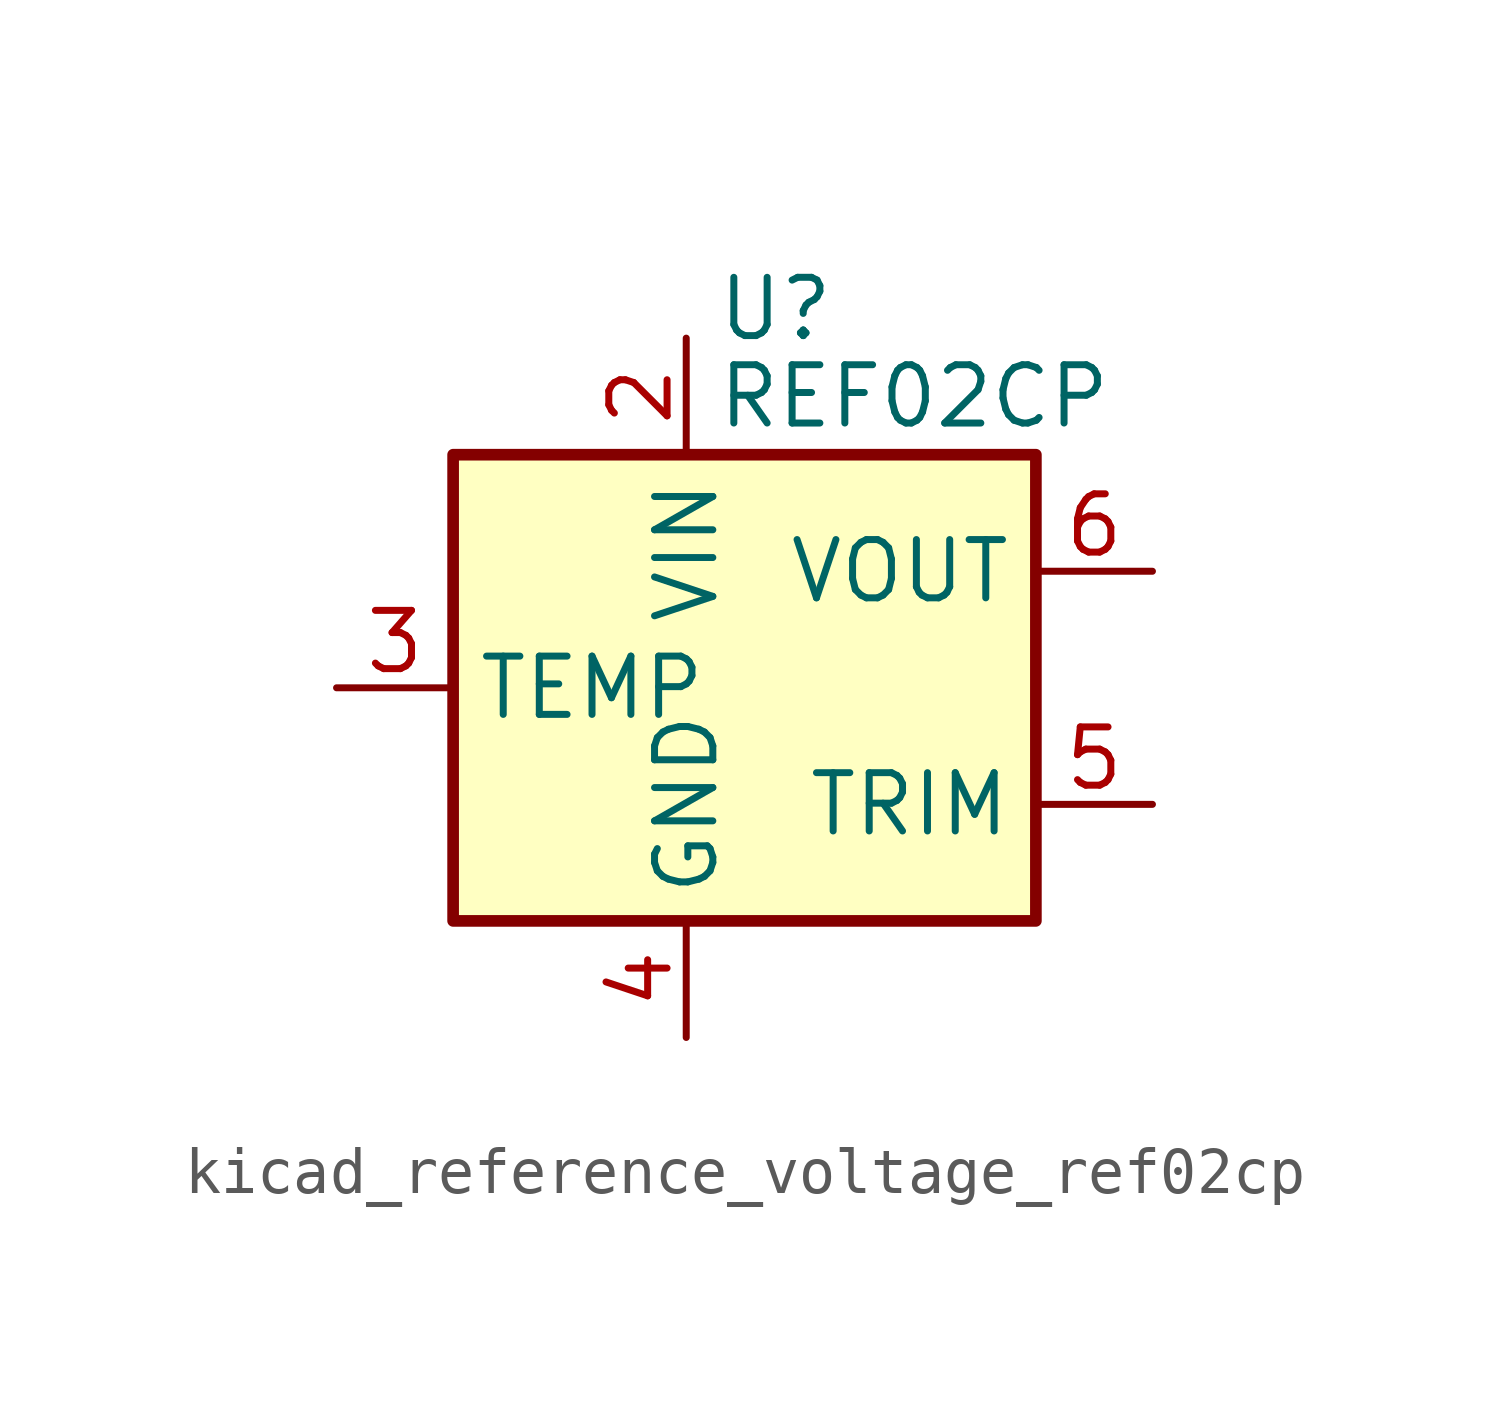
<source format=kicad_sym>
(kicad_symbol_lib
  (version 20220914)
  (generator kicad_symbol_editor)
  (symbol "kicad_reference_voltage_ref02cp"
    (property "Reference" "U"
      (at 0.635 8.255 0)
      (effects (font (size 1.27 1.27)) (justify left)))
    (property "Value" "REF02CP"
      (at 0.635 6.35 0)
      (effects (font (size 1.27 1.27)) (justify left)))
    (symbol "kicad_reference_voltage_ref02cp_0_1"
      (rectangle (start -5.08 5.08) (end 7.62 -5.08) (stroke (width 0.254) (type default)) (fill (type background))))
    (symbol "kicad_reference_voltage_ref02cp_1_1"
      (pin no_connect line (at 2.54 -5.08 90) (length 2.54) hide (name "NC" (effects (font (size 1.27 1.27)))) (number "1" (effects (font (size 1.27 1.27)))))
      (pin power_in line (at 0 7.62 270) (length 2.54) (name "VIN" (effects (font (size 1.27 1.27)))) (number "2" (effects (font (size 1.27 1.27)))))
      (pin passive line (at -7.62 0 0) (length 2.54) (name "TEMP" (effects (font (size 1.27 1.27)))) (number "3" (effects (font (size 1.27 1.27)))))
      (pin power_in line (at 0 -7.62 90) (length 2.54) (name "GND" (effects (font (size 1.27 1.27)))) (number "4" (effects (font (size 1.27 1.27)))))
      (pin passive line (at 10.16 -2.54 180) (length 2.54) (name "TRIM" (effects (font (size 1.27 1.27)))) (number "5" (effects (font (size 1.27 1.27)))))
      (pin power_out line (at 10.16 2.54 180) (length 2.54) (name "VOUT" (effects (font (size 1.27 1.27)))) (number "6" (effects (font (size 1.27 1.27)))))
      (pin no_connect line (at -2.54 -5.08 90) (length 2.54) hide (name "NC" (effects (font (size 1.27 1.27)))) (number "7" (effects (font (size 1.27 1.27)))))
      (pin no_connect line (at 7.62 0 180) (length 2.54) hide (name "NC" (effects (font (size 1.27 1.27)))) (number "8" (effects (font (size 1.27 1.27))))))))
</source>
